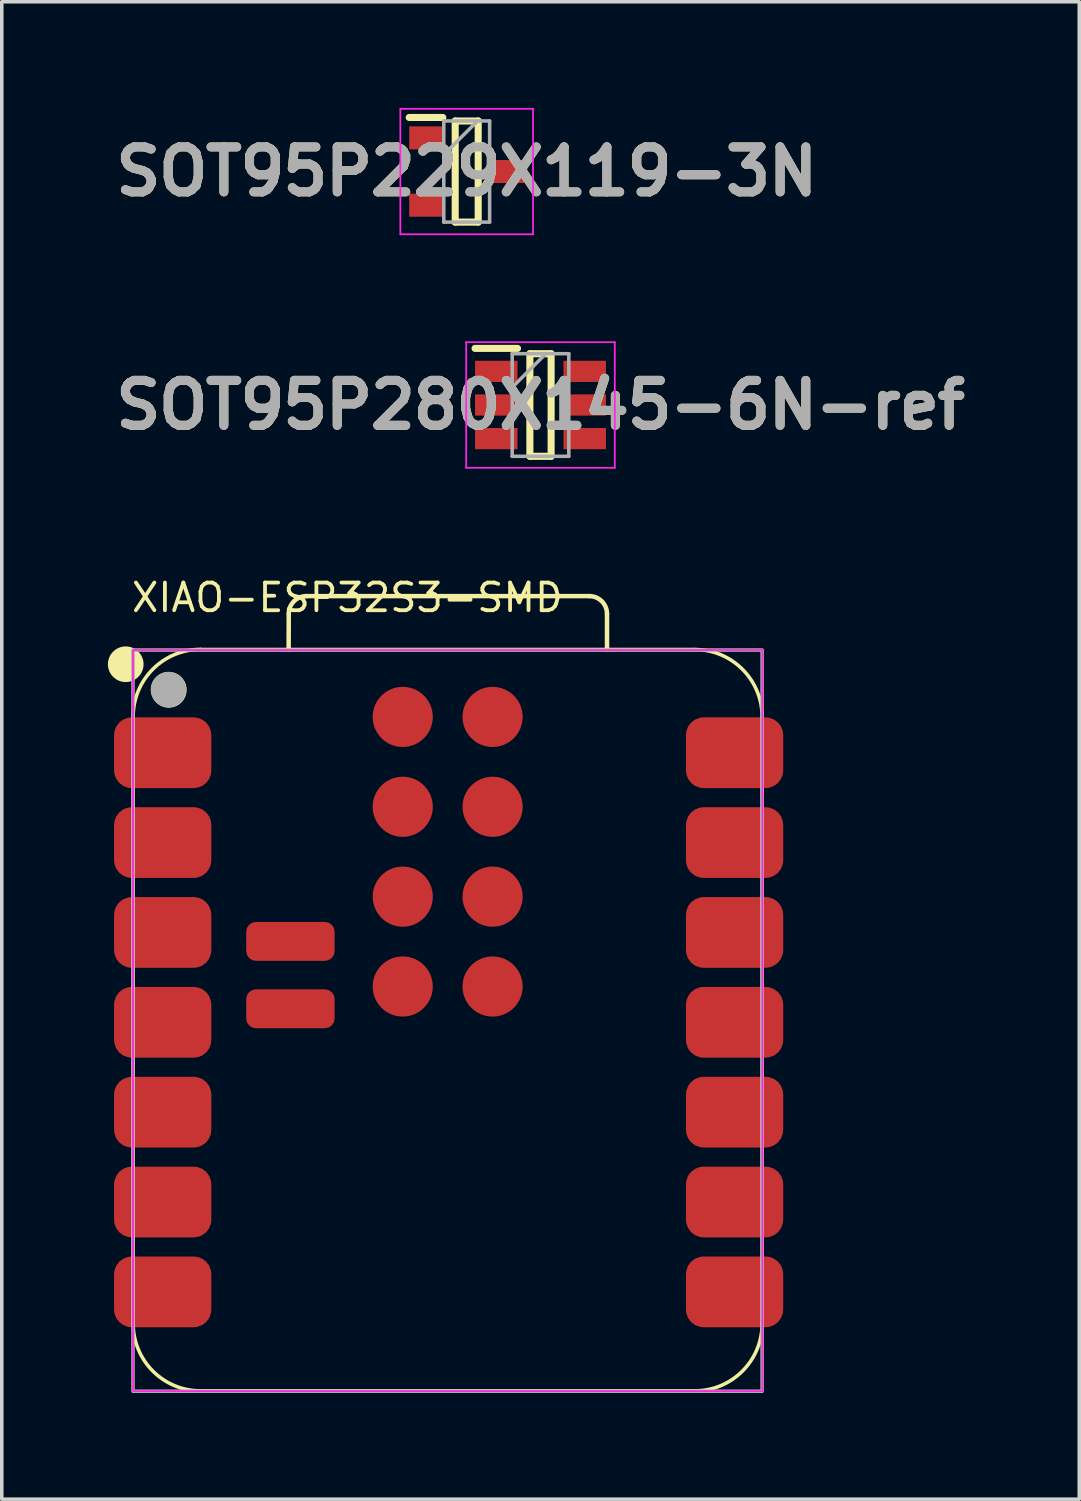
<source format=kicad_pcb>
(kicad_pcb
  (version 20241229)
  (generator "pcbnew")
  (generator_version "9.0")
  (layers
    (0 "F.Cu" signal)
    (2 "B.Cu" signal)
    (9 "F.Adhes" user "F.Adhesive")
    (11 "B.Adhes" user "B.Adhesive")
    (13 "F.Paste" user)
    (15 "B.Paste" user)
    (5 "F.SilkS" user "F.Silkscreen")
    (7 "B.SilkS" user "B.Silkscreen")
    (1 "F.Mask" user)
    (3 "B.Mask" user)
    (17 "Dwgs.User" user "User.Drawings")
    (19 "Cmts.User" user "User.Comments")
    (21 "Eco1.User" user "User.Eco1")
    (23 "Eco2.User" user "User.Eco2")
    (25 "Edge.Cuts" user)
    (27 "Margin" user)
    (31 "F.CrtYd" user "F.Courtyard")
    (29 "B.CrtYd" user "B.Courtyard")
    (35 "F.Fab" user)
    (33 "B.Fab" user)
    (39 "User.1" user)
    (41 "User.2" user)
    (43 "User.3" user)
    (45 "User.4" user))
  (footprint "SOT95P229X119-3N"
    (layer "F.Cu")
    (at 10.142 1.799)
    (property "Reference" "SOT95P229X119-3N" (at 0 0 0) (layer "F.SilkS") (effects (font (size 1.27 1.27) (thickness 0.254))))
    (attr smd)
    (fp_line (start -1.625 -1.528) (end -0.675 -1.528) (stroke (width 0.2) (type solid)) (layer "F.SilkS"))
    (fp_line (start -0.325 -1.429) (end 0.325 -1.429) (stroke (width 0.2) (type solid)) (layer "F.SilkS"))
    (fp_line (start -0.325 1.429) (end -0.325 -1.429) (stroke (width 0.2) (type solid)) (layer "F.SilkS"))
    (fp_line (start 0.325 -1.429) (end 0.325 1.429) (stroke (width 0.2) (type solid)) (layer "F.SilkS"))
    (fp_line (start 0.325 1.429) (end -0.325 1.429) (stroke (width 0.2) (type solid)) (layer "F.SilkS"))
    (fp_line (start -1.875 -1.774) (end 1.875 -1.774) (stroke (width 0.05) (type solid)) (layer "F.CrtYd"))
    (fp_line (start -1.875 1.774) (end -1.875 -1.774) (stroke (width 0.05) (type solid)) (layer "F.CrtYd"))
    (fp_line (start 1.875 -1.774) (end 1.875 1.774) (stroke (width 0.05) (type solid)) (layer "F.CrtYd"))
    (fp_line (start 1.875 1.774) (end -1.875 1.774) (stroke (width 0.05) (type solid)) (layer "F.CrtYd"))
    (fp_line (start -0.648 -1.429) (end 0.648 -1.429) (stroke (width 0.1) (type solid)) (layer "F.Fab"))
    (fp_line (start -0.648 -0.476) (end 0.305 -1.429) (stroke (width 0.1) (type solid)) (layer "F.Fab"))
    (fp_line (start -0.648 1.429) (end -0.648 -1.429) (stroke (width 0.1) (type solid)) (layer "F.Fab"))
    (fp_line (start 0.648 -1.429) (end 0.648 1.429) (stroke (width 0.1) (type solid)) (layer "F.Fab"))
    (fp_line (start 0.648 1.429) (end -0.648 1.429) (stroke (width 0.1) (type solid)) (layer "F.Fab"))
    (fp_text user "${REFERENCE}" (at 0 0 0) (layer "F.Fab") (effects (font (size 1.27 1.27) (thickness 0.254))))
    (pad "1" smd rect (at -1.15 -0.952 90) (size 0.65 0.95) (layers "F.Cu" "F.Mask" "F.Paste"))
    (pad "2" smd rect (at -1.15 0.952 90) (size 0.65 0.95) (layers "F.Cu" "F.Mask" "F.Paste"))
    (pad "3" smd rect (at 1.15 0 90) (size 0.65 0.95) (layers "F.Cu" "F.Mask" "F.Paste")))
  (footprint "SOT95P280X145-6N-ref"
    (layer "F.Cu")
    (at 12.228 8.398)
    (property "Reference" "SOT95P280X145-6N-ref" (at 0 0 0) (layer "F.SilkS") (effects (font (size 1.27 1.27) (thickness 0.254))))
    (attr smd)
    (fp_line (start -1.85 -1.6) (end -0.65 -1.6) (stroke (width 0.2) (type solid)) (layer "F.SilkS"))
    (fp_line (start -0.3 -1.45) (end 0.3 -1.45) (stroke (width 0.2) (type solid)) (layer "F.SilkS"))
    (fp_line (start -0.3 1.45) (end -0.3 -1.45) (stroke (width 0.2) (type solid)) (layer "F.SilkS"))
    (fp_line (start 0.3 -1.45) (end 0.3 1.45) (stroke (width 0.2) (type solid)) (layer "F.SilkS"))
    (fp_line (start 0.3 1.45) (end -0.3 1.45) (stroke (width 0.2) (type solid)) (layer "F.SilkS"))
    (fp_line (start -2.1 -1.775) (end 2.1 -1.775) (stroke (width 0.05) (type solid)) (layer "F.CrtYd"))
    (fp_line (start -2.1 1.775) (end -2.1 -1.775) (stroke (width 0.05) (type solid)) (layer "F.CrtYd"))
    (fp_line (start 2.1 -1.775) (end 2.1 1.775) (stroke (width 0.05) (type solid)) (layer "F.CrtYd"))
    (fp_line (start 2.1 1.775) (end -2.1 1.775) (stroke (width 0.05) (type solid)) (layer "F.CrtYd"))
    (fp_line (start -0.8 -1.45) (end 0.8 -1.45) (stroke (width 0.1) (type solid)) (layer "F.Fab"))
    (fp_line (start -0.8 -0.5) (end 0.15 -1.45) (stroke (width 0.1) (type solid)) (layer "F.Fab"))
    (fp_line (start -0.8 1.45) (end -0.8 -1.45) (stroke (width 0.1) (type solid)) (layer "F.Fab"))
    (fp_line (start 0.8 -1.45) (end 0.8 1.45) (stroke (width 0.1) (type solid)) (layer "F.Fab"))
    (fp_line (start 0.8 1.45) (end -0.8 1.45) (stroke (width 0.1) (type solid)) (layer "F.Fab"))
    (fp_text user "${REFERENCE}" (at 0 0 0) (layer "F.Fab") (effects (font (size 1.27 1.27) (thickness 0.254))))
    (pad "1" smd rect (at -1.25 -0.95 90) (size 0.6 1.2) (layers "F.Cu" "F.Mask" "F.Paste"))
    (pad "2" smd rect (at -1.25 0 90) (size 0.6 1.2) (layers "F.Cu" "F.Mask" "F.Paste"))
    (pad "3" smd rect (at -1.25 0.95 90) (size 0.6 1.2) (layers "F.Cu" "F.Mask" "F.Paste"))
    (pad "4" smd rect (at 1.25 0.95 90) (size 0.6 1.2) (layers "F.Cu" "F.Mask" "F.Paste"))
    (pad "5" smd rect (at 1.25 0 90) (size 0.6 1.2) (layers "F.Cu" "F.Mask" "F.Paste"))
    (pad "6" smd rect (at 1.25 -0.95 90) (size 0.6 1.2) (layers "F.Cu" "F.Mask" "F.Paste")))
  (footprint "XIAO-ESP32S3-SMD"
    (layer "F.Cu")
    (at 9.61 25.8)
    (property "Reference" "XIAO-ESP32S3-SMD" (at -9 -11.5 0) (layer "F.SilkS") (effects (font (size 0.782 0.782) (thickness 0.107)) (justify left bottom)))
    (fp_line (start -8.896 8.56) (end -8.896 -8.585) (stroke (width 0.1) (type solid)) (layer "F.SilkS"))
    (fp_line (start -6.991 10.465) (end 6.979 10.465) (stroke (width 0.1) (type solid)) (layer "F.SilkS"))
    (fp_line (start -4.501 -10.49) (end -4.498 -11.5) (stroke (width 0.127) (type solid)) (layer "F.SilkS"))
    (fp_line (start -3.998 -12) (end 3.998 -12) (stroke (width 0.127) (type solid)) (layer "F.SilkS"))
    (fp_line (start 4.498 -11.5) (end 4.498 -10.49) (stroke (width 0.127) (type solid)) (layer "F.SilkS"))
    (fp_line (start 6.979 -10.49) (end -6.991 -10.49) (stroke (width 0.1) (type solid)) (layer "F.SilkS"))
    (fp_line (start 8.884 8.56) (end 8.884 -8.585) (stroke (width 0.1) (type solid)) (layer "F.SilkS"))
    (fp_arc (start -8.896364 -8.589) (mid -8.338402 -9.936038) (end -6.991364 -10.494) (stroke (width 0.1) (type solid)) (layer "F.SilkS"))
    (fp_arc (start -6.991364 10.465) (mid -8.338402 9.907038) (end -8.896364 8.56) (stroke (width 0.1) (type solid)) (layer "F.SilkS"))
    (fp_arc (start -4.497636 -11.500272) (mid -4.351088 -11.853644) (end -3.997636 -12) (stroke (width 0.127) (type default)) (layer "F.SilkS"))
    (fp_arc (start 3.997636 -12) (mid 4.351189 -11.853553) (end 4.497636 -11.5) (stroke (width 0.127) (type default)) (layer "F.SilkS"))
    (fp_arc (start 6.978636 -10.49) (mid 8.325674 -9.932038) (end 8.883636 -8.585) (stroke (width 0.1) (type solid)) (layer "F.SilkS"))
    (fp_arc (start 8.883636 8.56) (mid 8.325674 9.907038) (end 6.978636 10.465) (stroke (width 0.1) (type solid)) (layer "F.SilkS"))
    (fp_circle (center -9.106 -10.074) (end -9.106 -10.328) (stroke (width 0.5) (type solid)) (fill yes) (layer "F.SilkS"))
    (fp_circle (center -7.889 -9.351) (end -7.889 -9.605) (stroke (width 0.5) (type solid)) (fill yes) (layer "F.SilkS"))
    (fp_rect (start -8.899 -10.475) (end 8.891 10.473) (stroke (width 0.05) (type default)) (fill no) (layer "F.CrtYd"))
    (fp_rect (start -8.901 -10.475) (end 8.883 10.476) (stroke (width 0.1) (type default)) (fill no) (layer "F.Fab"))
    (fp_circle (center -7.897 -9.358) (end -7.897 -9.612) (stroke (width 0.5) (type solid)) (fill no) (layer "F.Fab"))
    (pad "1" smd roundrect (at -8.061 -7.573) (size 2.75 2) (layers "F.Cu" "F.Mask" "F.Paste") (roundrect_rratio 0.25))
    (pad "2" smd roundrect (at -8.061 -5.033) (size 2.75 2) (layers "F.Cu" "F.Mask" "F.Paste") (roundrect_rratio 0.25))
    (pad "3" smd roundrect (at -8.061 -2.493) (size 2.75 2) (layers "F.Cu" "F.Mask" "F.Paste") (roundrect_rratio 0.25))
    (pad "4" smd roundrect (at -8.061 0.047) (size 2.75 2) (layers "F.Cu" "F.Mask" "F.Paste") (roundrect_rratio 0.25))
    (pad "5" smd roundrect (at -8.061 2.587) (size 2.75 2) (layers "F.Cu" "F.Mask" "F.Paste") (roundrect_rratio 0.25))
    (pad "6" smd roundrect (at -8.061 5.127) (size 2.75 2) (layers "F.Cu" "F.Mask" "F.Paste") (roundrect_rratio 0.25))
    (pad "7" smd roundrect (at -8.061 7.667) (size 2.75 2) (layers "F.Cu" "F.Mask" "F.Paste") (roundrect_rratio 0.25))
    (pad "8" smd roundrect (at 8.104 7.667) (size 2.75 2) (layers "F.Cu" "F.Mask" "F.Paste") (roundrect_rratio 0.25))
    (pad "9" smd roundrect (at 8.104 5.127) (size 2.75 2) (layers "F.Cu" "F.Mask" "F.Paste") (roundrect_rratio 0.25))
    (pad "10" smd roundrect (at 8.104 2.587) (size 2.75 2) (layers "F.Cu" "F.Mask" "F.Paste") (roundrect_rratio 0.25))
    (pad "11" smd roundrect (at 8.104 0.047) (size 2.75 2) (layers "F.Cu" "F.Mask" "F.Paste") (roundrect_rratio 0.25))
    (pad "12" smd roundrect (at 8.104 -2.493) (size 2.75 2) (layers "F.Cu" "F.Mask" "F.Paste") (roundrect_rratio 0.25))
    (pad "13" smd roundrect (at 8.104 -5.033) (size 2.75 2) (layers "F.Cu" "F.Mask" "F.Paste") (roundrect_rratio 0.25))
    (pad "14" smd roundrect (at 8.104 -7.573) (size 2.75 2) (layers "F.Cu" "F.Mask" "F.Paste") (roundrect_rratio 0.25))
    (pad "15" smd roundrect (at -4.451 -0.335 180) (size 2.5 1.1) (layers "F.Cu" "F.Mask" "F.Paste") (roundrect_rratio 0.25))
    (pad "16" smd roundrect (at -4.451 -2.24 180) (size 2.5 1.1) (layers "F.Cu" "F.Mask" "F.Paste") (roundrect_rratio 0.25))
    (pad "17" smd circle (at -1.276 -8.585) (size 1.7 1.7) (layers "F.Cu" "F.Mask" "F.Paste"))
    (pad "18" smd circle (at 1.264 -8.585) (size 1.7 1.7) (layers "F.Cu" "F.Mask" "F.Paste"))
    (pad "19" smd circle (at -1.276 -6.045) (size 1.7 1.7) (layers "F.Cu" "F.Mask" "F.Paste"))
    (pad "20" smd circle (at 1.264 -6.045) (size 1.7 1.7) (layers "F.Cu" "F.Mask" "F.Paste"))
    (pad "21" smd circle (at -1.276 -3.505) (size 1.7 1.7) (layers "F.Cu" "F.Mask" "F.Paste"))
    (pad "22" smd circle (at 1.264 -3.505) (size 1.7 1.7) (layers "F.Cu" "F.Mask" "F.Paste"))
    (pad "23" smd circle (at -1.276 -0.965) (size 1.7 1.7) (layers "F.Cu" "F.Mask" "F.Paste"))
    (pad "24" smd circle (at 1.264 -0.965) (size 1.7 1.7) (layers "F.Cu" "F.Mask" "F.Paste")))
  (gr_rect
    (start -3 -3)
    (end 27.457 39.326)
    (stroke (width 0.1) (type default))
    (fill no)
    (layer "Edge.Cuts")))
</source>
